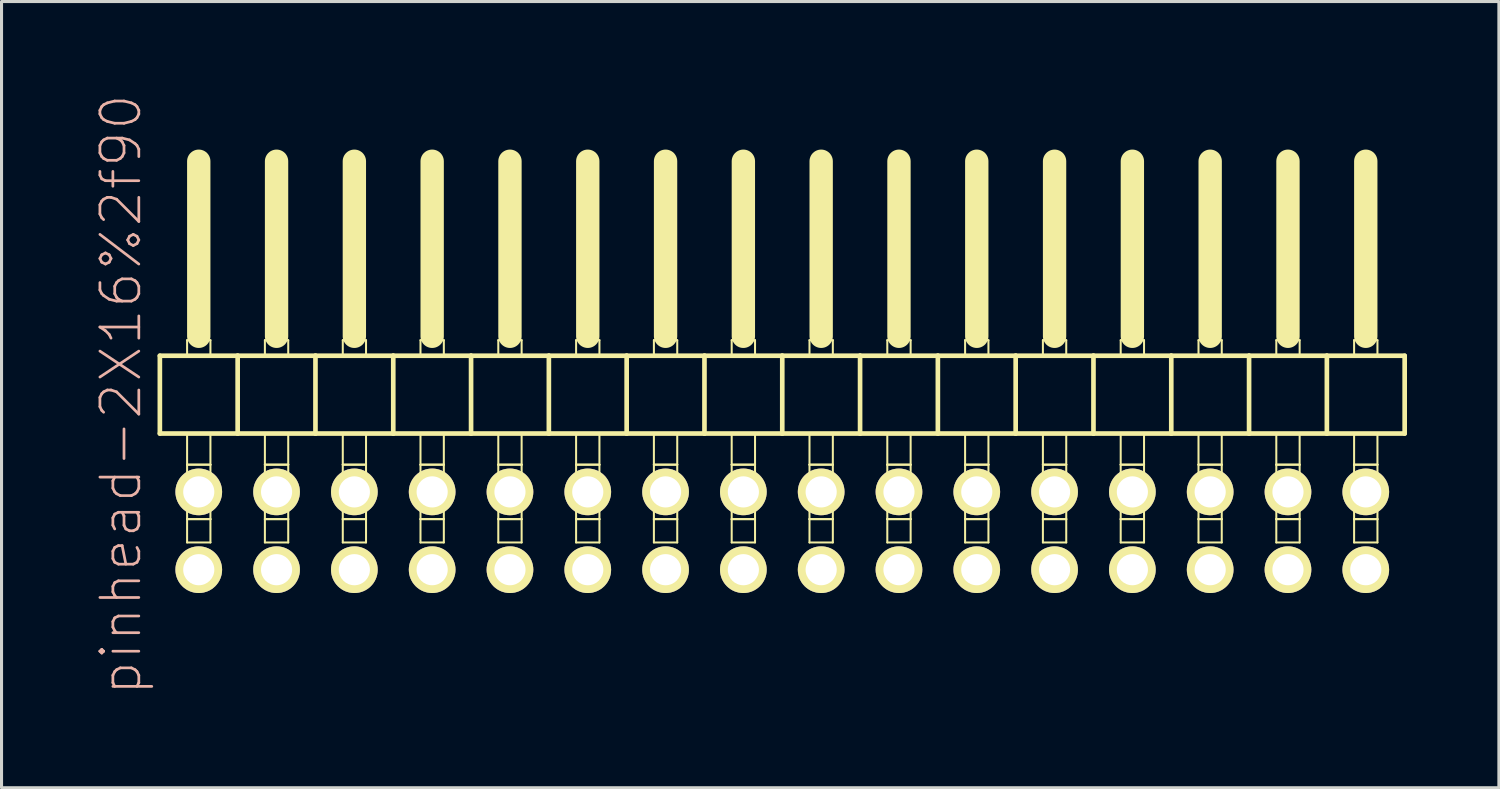
<source format=kicad_pcb>
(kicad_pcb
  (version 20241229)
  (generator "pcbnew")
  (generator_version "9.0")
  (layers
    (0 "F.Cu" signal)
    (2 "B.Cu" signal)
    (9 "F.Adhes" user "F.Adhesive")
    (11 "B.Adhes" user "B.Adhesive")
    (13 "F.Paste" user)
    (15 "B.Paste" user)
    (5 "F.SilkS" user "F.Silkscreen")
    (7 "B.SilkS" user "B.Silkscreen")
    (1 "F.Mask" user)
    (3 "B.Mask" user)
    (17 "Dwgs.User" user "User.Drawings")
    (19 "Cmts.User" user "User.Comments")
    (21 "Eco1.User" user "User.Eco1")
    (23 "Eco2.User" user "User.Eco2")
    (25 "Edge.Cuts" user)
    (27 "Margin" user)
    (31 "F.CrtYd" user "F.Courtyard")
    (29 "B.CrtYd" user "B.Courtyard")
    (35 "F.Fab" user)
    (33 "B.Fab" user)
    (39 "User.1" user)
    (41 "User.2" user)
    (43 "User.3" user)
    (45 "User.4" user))
  (footprint "pinhead-2X16%2f90"
    (layer "F.Cu")
    (at 22.489 9.199)
    (property "Reference" "pinhead-2X16%2f90" (at -21.59 0.635 90) (layer "B.SilkS") (effects (font (size 1.27 1.27) (thickness 0.089))))
    (attr exclude_from_pos_files exclude_from_bom)
    (fp_line (start -20.32 -0.635) (end -20.32 1.905) (stroke (width 0.152) (type solid)) (layer "F.SilkS"))
    (fp_line (start -20.32 1.905) (end -17.78 1.905) (stroke (width 0.152) (type solid)) (layer "F.SilkS"))
    (fp_line (start -19.431 -1.143) (end -18.669 -1.143) (stroke (width 0.066) (type solid)) (layer "F.SilkS"))
    (fp_line (start -19.431 -0.635) (end -19.431 -1.143) (stroke (width 0.066) (type solid)) (layer "F.SilkS"))
    (fp_line (start -19.431 -0.635) (end -18.669 -0.635) (stroke (width 0.066) (type solid)) (layer "F.SilkS"))
    (fp_line (start -19.431 1.905) (end -18.669 1.905) (stroke (width 0.066) (type solid)) (layer "F.SilkS"))
    (fp_line (start -19.431 2.921) (end -19.431 1.905) (stroke (width 0.066) (type solid)) (layer "F.SilkS"))
    (fp_line (start -19.431 2.921) (end -18.669 2.921) (stroke (width 0.066) (type solid)) (layer "F.SilkS"))
    (fp_line (start -19.431 2.921) (end -18.669 2.921) (stroke (width 0.066) (type solid)) (layer "F.SilkS"))
    (fp_line (start -19.431 4.699) (end -19.431 2.921) (stroke (width 0.066) (type solid)) (layer "F.SilkS"))
    (fp_line (start -19.431 4.699) (end -18.669 4.699) (stroke (width 0.066) (type solid)) (layer "F.SilkS"))
    (fp_line (start -19.431 4.699) (end -18.669 4.699) (stroke (width 0.066) (type solid)) (layer "F.SilkS"))
    (fp_line (start -19.431 5.461) (end -19.431 4.699) (stroke (width 0.066) (type solid)) (layer "F.SilkS"))
    (fp_line (start -19.431 5.461) (end -18.669 5.461) (stroke (width 0.066) (type solid)) (layer "F.SilkS"))
    (fp_line (start -19.05 -6.985) (end -19.05 -1.27) (stroke (width 0.762) (type solid)) (layer "F.SilkS"))
    (fp_line (start -18.669 -0.635) (end -18.669 -1.143) (stroke (width 0.066) (type solid)) (layer "F.SilkS"))
    (fp_line (start -18.669 2.921) (end -18.669 1.905) (stroke (width 0.066) (type solid)) (layer "F.SilkS"))
    (fp_line (start -18.669 4.699) (end -18.669 2.921) (stroke (width 0.066) (type solid)) (layer "F.SilkS"))
    (fp_line (start -18.669 5.461) (end -18.669 4.699) (stroke (width 0.066) (type solid)) (layer "F.SilkS"))
    (fp_line (start -17.78 -0.635) (end -20.32 -0.635) (stroke (width 0.152) (type solid)) (layer "F.SilkS"))
    (fp_line (start -17.78 1.905) (end -17.78 -0.635) (stroke (width 0.152) (type solid)) (layer "F.SilkS"))
    (fp_line (start -17.78 1.905) (end -15.24 1.905) (stroke (width 0.152) (type solid)) (layer "F.SilkS"))
    (fp_line (start -16.891 -1.143) (end -16.129 -1.143) (stroke (width 0.066) (type solid)) (layer "F.SilkS"))
    (fp_line (start -16.891 -0.635) (end -16.891 -1.143) (stroke (width 0.066) (type solid)) (layer "F.SilkS"))
    (fp_line (start -16.891 -0.635) (end -16.129 -0.635) (stroke (width 0.066) (type solid)) (layer "F.SilkS"))
    (fp_line (start -16.891 1.905) (end -16.129 1.905) (stroke (width 0.066) (type solid)) (layer "F.SilkS"))
    (fp_line (start -16.891 2.921) (end -16.891 1.905) (stroke (width 0.066) (type solid)) (layer "F.SilkS"))
    (fp_line (start -16.891 2.921) (end -16.129 2.921) (stroke (width 0.066) (type solid)) (layer "F.SilkS"))
    (fp_line (start -16.891 2.921) (end -16.129 2.921) (stroke (width 0.066) (type solid)) (layer "F.SilkS"))
    (fp_line (start -16.891 4.699) (end -16.891 2.921) (stroke (width 0.066) (type solid)) (layer "F.SilkS"))
    (fp_line (start -16.891 4.699) (end -16.129 4.699) (stroke (width 0.066) (type solid)) (layer "F.SilkS"))
    (fp_line (start -16.891 4.699) (end -16.129 4.699) (stroke (width 0.066) (type solid)) (layer "F.SilkS"))
    (fp_line (start -16.891 5.461) (end -16.891 4.699) (stroke (width 0.066) (type solid)) (layer "F.SilkS"))
    (fp_line (start -16.891 5.461) (end -16.129 5.461) (stroke (width 0.066) (type solid)) (layer "F.SilkS"))
    (fp_line (start -16.51 -6.985) (end -16.51 -1.27) (stroke (width 0.762) (type solid)) (layer "F.SilkS"))
    (fp_line (start -16.129 -0.635) (end -16.129 -1.143) (stroke (width 0.066) (type solid)) (layer "F.SilkS"))
    (fp_line (start -16.129 2.921) (end -16.129 1.905) (stroke (width 0.066) (type solid)) (layer "F.SilkS"))
    (fp_line (start -16.129 4.699) (end -16.129 2.921) (stroke (width 0.066) (type solid)) (layer "F.SilkS"))
    (fp_line (start -16.129 5.461) (end -16.129 4.699) (stroke (width 0.066) (type solid)) (layer "F.SilkS"))
    (fp_line (start -15.24 -0.635) (end -17.78 -0.635) (stroke (width 0.152) (type solid)) (layer "F.SilkS"))
    (fp_line (start -15.24 1.905) (end -15.24 -0.635) (stroke (width 0.152) (type solid)) (layer "F.SilkS"))
    (fp_line (start -15.24 1.905) (end -12.7 1.905) (stroke (width 0.152) (type solid)) (layer "F.SilkS"))
    (fp_line (start -14.348 -1.143) (end -13.589 -1.143) (stroke (width 0.066) (type solid)) (layer "F.SilkS"))
    (fp_line (start -14.348 -0.635) (end -14.348 -1.143) (stroke (width 0.066) (type solid)) (layer "F.SilkS"))
    (fp_line (start -14.348 -0.635) (end -13.589 -0.635) (stroke (width 0.066) (type solid)) (layer "F.SilkS"))
    (fp_line (start -14.348 1.905) (end -13.589 1.905) (stroke (width 0.066) (type solid)) (layer "F.SilkS"))
    (fp_line (start -14.348 2.921) (end -14.348 1.905) (stroke (width 0.066) (type solid)) (layer "F.SilkS"))
    (fp_line (start -14.348 2.921) (end -13.589 2.921) (stroke (width 0.066) (type solid)) (layer "F.SilkS"))
    (fp_line (start -14.348 2.921) (end -13.589 2.921) (stroke (width 0.066) (type solid)) (layer "F.SilkS"))
    (fp_line (start -14.348 4.699) (end -14.348 2.921) (stroke (width 0.066) (type solid)) (layer "F.SilkS"))
    (fp_line (start -14.348 4.699) (end -13.589 4.699) (stroke (width 0.066) (type solid)) (layer "F.SilkS"))
    (fp_line (start -14.348 4.699) (end -13.589 4.699) (stroke (width 0.066) (type solid)) (layer "F.SilkS"))
    (fp_line (start -14.348 5.461) (end -14.348 4.699) (stroke (width 0.066) (type solid)) (layer "F.SilkS"))
    (fp_line (start -14.348 5.461) (end -13.589 5.461) (stroke (width 0.066) (type solid)) (layer "F.SilkS"))
    (fp_line (start -13.97 -6.985) (end -13.97 -1.27) (stroke (width 0.762) (type solid)) (layer "F.SilkS"))
    (fp_line (start -13.589 -0.635) (end -13.589 -1.143) (stroke (width 0.066) (type solid)) (layer "F.SilkS"))
    (fp_line (start -13.589 2.921) (end -13.589 1.905) (stroke (width 0.066) (type solid)) (layer "F.SilkS"))
    (fp_line (start -13.589 4.699) (end -13.589 2.921) (stroke (width 0.066) (type solid)) (layer "F.SilkS"))
    (fp_line (start -13.589 5.461) (end -13.589 4.699) (stroke (width 0.066) (type solid)) (layer "F.SilkS"))
    (fp_line (start -12.7 -0.635) (end -15.24 -0.635) (stroke (width 0.152) (type solid)) (layer "F.SilkS"))
    (fp_line (start -12.7 1.905) (end -12.7 -0.635) (stroke (width 0.152) (type solid)) (layer "F.SilkS"))
    (fp_line (start -12.7 1.905) (end -10.16 1.905) (stroke (width 0.152) (type solid)) (layer "F.SilkS"))
    (fp_line (start -11.811 -1.143) (end -11.049 -1.143) (stroke (width 0.066) (type solid)) (layer "F.SilkS"))
    (fp_line (start -11.811 -0.635) (end -11.811 -1.143) (stroke (width 0.066) (type solid)) (layer "F.SilkS"))
    (fp_line (start -11.811 -0.635) (end -11.049 -0.635) (stroke (width 0.066) (type solid)) (layer "F.SilkS"))
    (fp_line (start -11.811 1.905) (end -11.049 1.905) (stroke (width 0.066) (type solid)) (layer "F.SilkS"))
    (fp_line (start -11.811 2.921) (end -11.811 1.905) (stroke (width 0.066) (type solid)) (layer "F.SilkS"))
    (fp_line (start -11.811 2.921) (end -11.049 2.921) (stroke (width 0.066) (type solid)) (layer "F.SilkS"))
    (fp_line (start -11.811 2.921) (end -11.049 2.921) (stroke (width 0.066) (type solid)) (layer "F.SilkS"))
    (fp_line (start -11.811 4.699) (end -11.811 2.921) (stroke (width 0.066) (type solid)) (layer "F.SilkS"))
    (fp_line (start -11.811 4.699) (end -11.049 4.699) (stroke (width 0.066) (type solid)) (layer "F.SilkS"))
    (fp_line (start -11.811 4.699) (end -11.049 4.699) (stroke (width 0.066) (type solid)) (layer "F.SilkS"))
    (fp_line (start -11.811 5.461) (end -11.811 4.699) (stroke (width 0.066) (type solid)) (layer "F.SilkS"))
    (fp_line (start -11.811 5.461) (end -11.049 5.461) (stroke (width 0.066) (type solid)) (layer "F.SilkS"))
    (fp_line (start -11.43 -6.985) (end -11.43 -1.27) (stroke (width 0.762) (type solid)) (layer "F.SilkS"))
    (fp_line (start -11.049 -0.635) (end -11.049 -1.143) (stroke (width 0.066) (type solid)) (layer "F.SilkS"))
    (fp_line (start -11.049 2.921) (end -11.049 1.905) (stroke (width 0.066) (type solid)) (layer "F.SilkS"))
    (fp_line (start -11.049 4.699) (end -11.049 2.921) (stroke (width 0.066) (type solid)) (layer "F.SilkS"))
    (fp_line (start -11.049 5.461) (end -11.049 4.699) (stroke (width 0.066) (type solid)) (layer "F.SilkS"))
    (fp_line (start -10.16 -0.635) (end -12.7 -0.635) (stroke (width 0.152) (type solid)) (layer "F.SilkS"))
    (fp_line (start -10.16 1.905) (end -10.16 -0.635) (stroke (width 0.152) (type solid)) (layer "F.SilkS"))
    (fp_line (start -10.16 1.905) (end -7.62 1.905) (stroke (width 0.152) (type solid)) (layer "F.SilkS"))
    (fp_line (start -9.271 -1.143) (end -8.509 -1.143) (stroke (width 0.066) (type solid)) (layer "F.SilkS"))
    (fp_line (start -9.271 -0.635) (end -9.271 -1.143) (stroke (width 0.066) (type solid)) (layer "F.SilkS"))
    (fp_line (start -9.271 -0.635) (end -8.509 -0.635) (stroke (width 0.066) (type solid)) (layer "F.SilkS"))
    (fp_line (start -9.271 1.905) (end -8.509 1.905) (stroke (width 0.066) (type solid)) (layer "F.SilkS"))
    (fp_line (start -9.271 2.921) (end -9.271 1.905) (stroke (width 0.066) (type solid)) (layer "F.SilkS"))
    (fp_line (start -9.271 2.921) (end -8.509 2.921) (stroke (width 0.066) (type solid)) (layer "F.SilkS"))
    (fp_line (start -9.271 2.921) (end -8.509 2.921) (stroke (width 0.066) (type solid)) (layer "F.SilkS"))
    (fp_line (start -9.271 4.699) (end -9.271 2.921) (stroke (width 0.066) (type solid)) (layer "F.SilkS"))
    (fp_line (start -9.271 4.699) (end -8.509 4.699) (stroke (width 0.066) (type solid)) (layer "F.SilkS"))
    (fp_line (start -9.271 4.699) (end -8.509 4.699) (stroke (width 0.066) (type solid)) (layer "F.SilkS"))
    (fp_line (start -9.271 5.461) (end -9.271 4.699) (stroke (width 0.066) (type solid)) (layer "F.SilkS"))
    (fp_line (start -9.271 5.461) (end -8.509 5.461) (stroke (width 0.066) (type solid)) (layer "F.SilkS"))
    (fp_line (start -8.89 -6.985) (end -8.89 -1.27) (stroke (width 0.762) (type solid)) (layer "F.SilkS"))
    (fp_line (start -8.509 -0.635) (end -8.509 -1.143) (stroke (width 0.066) (type solid)) (layer "F.SilkS"))
    (fp_line (start -8.509 2.921) (end -8.509 1.905) (stroke (width 0.066) (type solid)) (layer "F.SilkS"))
    (fp_line (start -8.509 4.699) (end -8.509 2.921) (stroke (width 0.066) (type solid)) (layer "F.SilkS"))
    (fp_line (start -8.509 5.461) (end -8.509 4.699) (stroke (width 0.066) (type solid)) (layer "F.SilkS"))
    (fp_line (start -7.62 -0.635) (end -10.16 -0.635) (stroke (width 0.152) (type solid)) (layer "F.SilkS"))
    (fp_line (start -7.62 1.905) (end -7.62 -0.635) (stroke (width 0.152) (type solid)) (layer "F.SilkS"))
    (fp_line (start -7.62 1.905) (end -5.08 1.905) (stroke (width 0.152) (type solid)) (layer "F.SilkS"))
    (fp_line (start -6.731 -1.143) (end -5.969 -1.143) (stroke (width 0.066) (type solid)) (layer "F.SilkS"))
    (fp_line (start -6.731 -0.635) (end -6.731 -1.143) (stroke (width 0.066) (type solid)) (layer "F.SilkS"))
    (fp_line (start -6.731 -0.635) (end -5.969 -0.635) (stroke (width 0.066) (type solid)) (layer "F.SilkS"))
    (fp_line (start -6.731 1.905) (end -5.969 1.905) (stroke (width 0.066) (type solid)) (layer "F.SilkS"))
    (fp_line (start -6.731 2.921) (end -6.731 1.905) (stroke (width 0.066) (type solid)) (layer "F.SilkS"))
    (fp_line (start -6.731 2.921) (end -5.969 2.921) (stroke (width 0.066) (type solid)) (layer "F.SilkS"))
    (fp_line (start -6.731 2.921) (end -5.969 2.921) (stroke (width 0.066) (type solid)) (layer "F.SilkS"))
    (fp_line (start -6.731 4.699) (end -6.731 2.921) (stroke (width 0.066) (type solid)) (layer "F.SilkS"))
    (fp_line (start -6.731 4.699) (end -5.969 4.699) (stroke (width 0.066) (type solid)) (layer "F.SilkS"))
    (fp_line (start -6.731 4.699) (end -5.969 4.699) (stroke (width 0.066) (type solid)) (layer "F.SilkS"))
    (fp_line (start -6.731 5.461) (end -6.731 4.699) (stroke (width 0.066) (type solid)) (layer "F.SilkS"))
    (fp_line (start -6.731 5.461) (end -5.969 5.461) (stroke (width 0.066) (type solid)) (layer "F.SilkS"))
    (fp_line (start -6.35 -6.985) (end -6.35 -1.27) (stroke (width 0.762) (type solid)) (layer "F.SilkS"))
    (fp_line (start -5.969 -0.635) (end -5.969 -1.143) (stroke (width 0.066) (type solid)) (layer "F.SilkS"))
    (fp_line (start -5.969 2.921) (end -5.969 1.905) (stroke (width 0.066) (type solid)) (layer "F.SilkS"))
    (fp_line (start -5.969 4.699) (end -5.969 2.921) (stroke (width 0.066) (type solid)) (layer "F.SilkS"))
    (fp_line (start -5.969 5.461) (end -5.969 4.699) (stroke (width 0.066) (type solid)) (layer "F.SilkS"))
    (fp_line (start -5.08 -0.635) (end -7.62 -0.635) (stroke (width 0.152) (type solid)) (layer "F.SilkS"))
    (fp_line (start -5.08 1.905) (end -5.08 -0.635) (stroke (width 0.152) (type solid)) (layer "F.SilkS"))
    (fp_line (start -5.08 1.905) (end -2.54 1.905) (stroke (width 0.152) (type solid)) (layer "F.SilkS"))
    (fp_line (start -4.191 -1.143) (end -3.429 -1.143) (stroke (width 0.066) (type solid)) (layer "F.SilkS"))
    (fp_line (start -4.191 -0.635) (end -4.191 -1.143) (stroke (width 0.066) (type solid)) (layer "F.SilkS"))
    (fp_line (start -4.191 -0.635) (end -3.429 -0.635) (stroke (width 0.066) (type solid)) (layer "F.SilkS"))
    (fp_line (start -4.191 1.905) (end -3.429 1.905) (stroke (width 0.066) (type solid)) (layer "F.SilkS"))
    (fp_line (start -4.191 2.921) (end -4.191 1.905) (stroke (width 0.066) (type solid)) (layer "F.SilkS"))
    (fp_line (start -4.191 2.921) (end -3.429 2.921) (stroke (width 0.066) (type solid)) (layer "F.SilkS"))
    (fp_line (start -4.191 2.921) (end -3.429 2.921) (stroke (width 0.066) (type solid)) (layer "F.SilkS"))
    (fp_line (start -4.191 4.699) (end -4.191 2.921) (stroke (width 0.066) (type solid)) (layer "F.SilkS"))
    (fp_line (start -4.191 4.699) (end -3.429 4.699) (stroke (width 0.066) (type solid)) (layer "F.SilkS"))
    (fp_line (start -4.191 4.699) (end -3.429 4.699) (stroke (width 0.066) (type solid)) (layer "F.SilkS"))
    (fp_line (start -4.191 5.461) (end -4.191 4.699) (stroke (width 0.066) (type solid)) (layer "F.SilkS"))
    (fp_line (start -4.191 5.461) (end -3.429 5.461) (stroke (width 0.066) (type solid)) (layer "F.SilkS"))
    (fp_line (start -3.81 -6.985) (end -3.81 -1.27) (stroke (width 0.762) (type solid)) (layer "F.SilkS"))
    (fp_line (start -3.429 -0.635) (end -3.429 -1.143) (stroke (width 0.066) (type solid)) (layer "F.SilkS"))
    (fp_line (start -3.429 2.921) (end -3.429 1.905) (stroke (width 0.066) (type solid)) (layer "F.SilkS"))
    (fp_line (start -3.429 4.699) (end -3.429 2.921) (stroke (width 0.066) (type solid)) (layer "F.SilkS"))
    (fp_line (start -3.429 5.461) (end -3.429 4.699) (stroke (width 0.066) (type solid)) (layer "F.SilkS"))
    (fp_line (start -2.54 -0.635) (end -5.08 -0.635) (stroke (width 0.152) (type solid)) (layer "F.SilkS"))
    (fp_line (start -2.54 1.905) (end -2.54 -0.635) (stroke (width 0.152) (type solid)) (layer "F.SilkS"))
    (fp_line (start -2.54 1.905) (end 0 1.905) (stroke (width 0.152) (type solid)) (layer "F.SilkS"))
    (fp_line (start -1.651 -1.143) (end -0.889 -1.143) (stroke (width 0.066) (type solid)) (layer "F.SilkS"))
    (fp_line (start -1.651 -0.635) (end -1.651 -1.143) (stroke (width 0.066) (type solid)) (layer "F.SilkS"))
    (fp_line (start -1.651 -0.635) (end -0.889 -0.635) (stroke (width 0.066) (type solid)) (layer "F.SilkS"))
    (fp_line (start -1.651 1.905) (end -0.889 1.905) (stroke (width 0.066) (type solid)) (layer "F.SilkS"))
    (fp_line (start -1.651 2.921) (end -1.651 1.905) (stroke (width 0.066) (type solid)) (layer "F.SilkS"))
    (fp_line (start -1.651 2.921) (end -0.889 2.921) (stroke (width 0.066) (type solid)) (layer "F.SilkS"))
    (fp_line (start -1.651 2.921) (end -0.889 2.921) (stroke (width 0.066) (type solid)) (layer "F.SilkS"))
    (fp_line (start -1.651 4.699) (end -1.651 2.921) (stroke (width 0.066) (type solid)) (layer "F.SilkS"))
    (fp_line (start -1.651 4.699) (end -0.889 4.699) (stroke (width 0.066) (type solid)) (layer "F.SilkS"))
    (fp_line (start -1.651 4.699) (end -0.889 4.699) (stroke (width 0.066) (type solid)) (layer "F.SilkS"))
    (fp_line (start -1.651 5.461) (end -1.651 4.699) (stroke (width 0.066) (type solid)) (layer "F.SilkS"))
    (fp_line (start -1.651 5.461) (end -0.889 5.461) (stroke (width 0.066) (type solid)) (layer "F.SilkS"))
    (fp_line (start -1.27 -6.985) (end -1.27 -1.27) (stroke (width 0.762) (type solid)) (layer "F.SilkS"))
    (fp_line (start -0.889 -0.635) (end -0.889 -1.143) (stroke (width 0.066) (type solid)) (layer "F.SilkS"))
    (fp_line (start -0.889 2.921) (end -0.889 1.905) (stroke (width 0.066) (type solid)) (layer "F.SilkS"))
    (fp_line (start -0.889 4.699) (end -0.889 2.921) (stroke (width 0.066) (type solid)) (layer "F.SilkS"))
    (fp_line (start -0.889 5.461) (end -0.889 4.699) (stroke (width 0.066) (type solid)) (layer "F.SilkS"))
    (fp_line (start 0 -0.635) (end -2.54 -0.635) (stroke (width 0.152) (type solid)) (layer "F.SilkS"))
    (fp_line (start 0 1.905) (end 0 -0.635) (stroke (width 0.152) (type solid)) (layer "F.SilkS"))
    (fp_line (start 0 1.905) (end 2.54 1.905) (stroke (width 0.152) (type solid)) (layer "F.SilkS"))
    (fp_line (start 0.889 -1.143) (end 1.651 -1.143) (stroke (width 0.066) (type solid)) (layer "F.SilkS"))
    (fp_line (start 0.889 -0.635) (end 0.889 -1.143) (stroke (width 0.066) (type solid)) (layer "F.SilkS"))
    (fp_line (start 0.889 -0.635) (end 1.651 -0.635) (stroke (width 0.066) (type solid)) (layer "F.SilkS"))
    (fp_line (start 0.889 1.905) (end 1.651 1.905) (stroke (width 0.066) (type solid)) (layer "F.SilkS"))
    (fp_line (start 0.889 2.921) (end 0.889 1.905) (stroke (width 0.066) (type solid)) (layer "F.SilkS"))
    (fp_line (start 0.889 2.921) (end 1.651 2.921) (stroke (width 0.066) (type solid)) (layer "F.SilkS"))
    (fp_line (start 0.889 2.921) (end 1.651 2.921) (stroke (width 0.066) (type solid)) (layer "F.SilkS"))
    (fp_line (start 0.889 4.699) (end 0.889 2.921) (stroke (width 0.066) (type solid)) (layer "F.SilkS"))
    (fp_line (start 0.889 4.699) (end 1.651 4.699) (stroke (width 0.066) (type solid)) (layer "F.SilkS"))
    (fp_line (start 0.889 4.699) (end 1.651 4.699) (stroke (width 0.066) (type solid)) (layer "F.SilkS"))
    (fp_line (start 0.889 5.461) (end 0.889 4.699) (stroke (width 0.066) (type solid)) (layer "F.SilkS"))
    (fp_line (start 0.889 5.461) (end 1.651 5.461) (stroke (width 0.066) (type solid)) (layer "F.SilkS"))
    (fp_line (start 1.27 -6.985) (end 1.27 -1.27) (stroke (width 0.762) (type solid)) (layer "F.SilkS"))
    (fp_line (start 1.651 -0.635) (end 1.651 -1.143) (stroke (width 0.066) (type solid)) (layer "F.SilkS"))
    (fp_line (start 1.651 2.921) (end 1.651 1.905) (stroke (width 0.066) (type solid)) (layer "F.SilkS"))
    (fp_line (start 1.651 4.699) (end 1.651 2.921) (stroke (width 0.066) (type solid)) (layer "F.SilkS"))
    (fp_line (start 1.651 5.461) (end 1.651 4.699) (stroke (width 0.066) (type solid)) (layer "F.SilkS"))
    (fp_line (start 2.54 -0.635) (end 0 -0.635) (stroke (width 0.152) (type solid)) (layer "F.SilkS"))
    (fp_line (start 2.54 1.905) (end 2.54 -0.635) (stroke (width 0.152) (type solid)) (layer "F.SilkS"))
    (fp_line (start 2.54 1.905) (end 5.08 1.905) (stroke (width 0.152) (type solid)) (layer "F.SilkS"))
    (fp_line (start 3.429 -1.143) (end 4.191 -1.143) (stroke (width 0.066) (type solid)) (layer "F.SilkS"))
    (fp_line (start 3.429 -0.635) (end 3.429 -1.143) (stroke (width 0.066) (type solid)) (layer "F.SilkS"))
    (fp_line (start 3.429 -0.635) (end 4.191 -0.635) (stroke (width 0.066) (type solid)) (layer "F.SilkS"))
    (fp_line (start 3.429 1.905) (end 4.191 1.905) (stroke (width 0.066) (type solid)) (layer "F.SilkS"))
    (fp_line (start 3.429 2.921) (end 3.429 1.905) (stroke (width 0.066) (type solid)) (layer "F.SilkS"))
    (fp_line (start 3.429 2.921) (end 4.191 2.921) (stroke (width 0.066) (type solid)) (layer "F.SilkS"))
    (fp_line (start 3.429 2.921) (end 4.191 2.921) (stroke (width 0.066) (type solid)) (layer "F.SilkS"))
    (fp_line (start 3.429 4.699) (end 3.429 2.921) (stroke (width 0.066) (type solid)) (layer "F.SilkS"))
    (fp_line (start 3.429 4.699) (end 4.191 4.699) (stroke (width 0.066) (type solid)) (layer "F.SilkS"))
    (fp_line (start 3.429 4.699) (end 4.191 4.699) (stroke (width 0.066) (type solid)) (layer "F.SilkS"))
    (fp_line (start 3.429 5.461) (end 3.429 4.699) (stroke (width 0.066) (type solid)) (layer "F.SilkS"))
    (fp_line (start 3.429 5.461) (end 4.191 5.461) (stroke (width 0.066) (type solid)) (layer "F.SilkS"))
    (fp_line (start 3.81 -6.985) (end 3.81 -1.27) (stroke (width 0.762) (type solid)) (layer "F.SilkS"))
    (fp_line (start 4.191 -0.635) (end 4.191 -1.143) (stroke (width 0.066) (type solid)) (layer "F.SilkS"))
    (fp_line (start 4.191 2.921) (end 4.191 1.905) (stroke (width 0.066) (type solid)) (layer "F.SilkS"))
    (fp_line (start 4.191 4.699) (end 4.191 2.921) (stroke (width 0.066) (type solid)) (layer "F.SilkS"))
    (fp_line (start 4.191 5.461) (end 4.191 4.699) (stroke (width 0.066) (type solid)) (layer "F.SilkS"))
    (fp_line (start 5.08 -0.635) (end 2.54 -0.635) (stroke (width 0.152) (type solid)) (layer "F.SilkS"))
    (fp_line (start 5.08 1.905) (end 5.08 -0.635) (stroke (width 0.152) (type solid)) (layer "F.SilkS"))
    (fp_line (start 5.08 1.905) (end 7.62 1.905) (stroke (width 0.152) (type solid)) (layer "F.SilkS"))
    (fp_line (start 5.969 -1.143) (end 6.731 -1.143) (stroke (width 0.066) (type solid)) (layer "F.SilkS"))
    (fp_line (start 5.969 -0.635) (end 5.969 -1.143) (stroke (width 0.066) (type solid)) (layer "F.SilkS"))
    (fp_line (start 5.969 -0.635) (end 6.731 -0.635) (stroke (width 0.066) (type solid)) (layer "F.SilkS"))
    (fp_line (start 5.969 1.905) (end 6.731 1.905) (stroke (width 0.066) (type solid)) (layer "F.SilkS"))
    (fp_line (start 5.969 2.921) (end 5.969 1.905) (stroke (width 0.066) (type solid)) (layer "F.SilkS"))
    (fp_line (start 5.969 2.921) (end 6.731 2.921) (stroke (width 0.066) (type solid)) (layer "F.SilkS"))
    (fp_line (start 5.969 2.921) (end 6.731 2.921) (stroke (width 0.066) (type solid)) (layer "F.SilkS"))
    (fp_line (start 5.969 4.699) (end 5.969 2.921) (stroke (width 0.066) (type solid)) (layer "F.SilkS"))
    (fp_line (start 5.969 4.699) (end 6.731 4.699) (stroke (width 0.066) (type solid)) (layer "F.SilkS"))
    (fp_line (start 5.969 4.699) (end 6.731 4.699) (stroke (width 0.066) (type solid)) (layer "F.SilkS"))
    (fp_line (start 5.969 5.461) (end 5.969 4.699) (stroke (width 0.066) (type solid)) (layer "F.SilkS"))
    (fp_line (start 5.969 5.461) (end 6.731 5.461) (stroke (width 0.066) (type solid)) (layer "F.SilkS"))
    (fp_line (start 6.35 -6.985) (end 6.35 -1.27) (stroke (width 0.762) (type solid)) (layer "F.SilkS"))
    (fp_line (start 6.731 -0.635) (end 6.731 -1.143) (stroke (width 0.066) (type solid)) (layer "F.SilkS"))
    (fp_line (start 6.731 2.921) (end 6.731 1.905) (stroke (width 0.066) (type solid)) (layer "F.SilkS"))
    (fp_line (start 6.731 4.699) (end 6.731 2.921) (stroke (width 0.066) (type solid)) (layer "F.SilkS"))
    (fp_line (start 6.731 5.461) (end 6.731 4.699) (stroke (width 0.066) (type solid)) (layer "F.SilkS"))
    (fp_line (start 7.62 -0.635) (end 5.08 -0.635) (stroke (width 0.152) (type solid)) (layer "F.SilkS"))
    (fp_line (start 7.62 1.905) (end 7.62 -0.635) (stroke (width 0.152) (type solid)) (layer "F.SilkS"))
    (fp_line (start 7.62 1.905) (end 10.16 1.905) (stroke (width 0.152) (type solid)) (layer "F.SilkS"))
    (fp_line (start 8.509 -1.143) (end 9.271 -1.143) (stroke (width 0.066) (type solid)) (layer "F.SilkS"))
    (fp_line (start 8.509 -0.635) (end 8.509 -1.143) (stroke (width 0.066) (type solid)) (layer "F.SilkS"))
    (fp_line (start 8.509 -0.635) (end 9.271 -0.635) (stroke (width 0.066) (type solid)) (layer "F.SilkS"))
    (fp_line (start 8.509 1.905) (end 9.271 1.905) (stroke (width 0.066) (type solid)) (layer "F.SilkS"))
    (fp_line (start 8.509 2.921) (end 8.509 1.905) (stroke (width 0.066) (type solid)) (layer "F.SilkS"))
    (fp_line (start 8.509 2.921) (end 9.271 2.921) (stroke (width 0.066) (type solid)) (layer "F.SilkS"))
    (fp_line (start 8.509 2.921) (end 9.271 2.921) (stroke (width 0.066) (type solid)) (layer "F.SilkS"))
    (fp_line (start 8.509 4.699) (end 8.509 2.921) (stroke (width 0.066) (type solid)) (layer "F.SilkS"))
    (fp_line (start 8.509 4.699) (end 9.271 4.699) (stroke (width 0.066) (type solid)) (layer "F.SilkS"))
    (fp_line (start 8.509 4.699) (end 9.271 4.699) (stroke (width 0.066) (type solid)) (layer "F.SilkS"))
    (fp_line (start 8.509 5.461) (end 8.509 4.699) (stroke (width 0.066) (type solid)) (layer "F.SilkS"))
    (fp_line (start 8.509 5.461) (end 9.271 5.461) (stroke (width 0.066) (type solid)) (layer "F.SilkS"))
    (fp_line (start 8.89 -6.985) (end 8.89 -1.27) (stroke (width 0.762) (type solid)) (layer "F.SilkS"))
    (fp_line (start 9.271 -0.635) (end 9.271 -1.143) (stroke (width 0.066) (type solid)) (layer "F.SilkS"))
    (fp_line (start 9.271 2.921) (end 9.271 1.905) (stroke (width 0.066) (type solid)) (layer "F.SilkS"))
    (fp_line (start 9.271 4.699) (end 9.271 2.921) (stroke (width 0.066) (type solid)) (layer "F.SilkS"))
    (fp_line (start 9.271 5.461) (end 9.271 4.699) (stroke (width 0.066) (type solid)) (layer "F.SilkS"))
    (fp_line (start 10.16 -0.635) (end 7.62 -0.635) (stroke (width 0.152) (type solid)) (layer "F.SilkS"))
    (fp_line (start 10.16 1.905) (end 10.16 -0.635) (stroke (width 0.152) (type solid)) (layer "F.SilkS"))
    (fp_line (start 10.16 1.905) (end 12.7 1.905) (stroke (width 0.152) (type solid)) (layer "F.SilkS"))
    (fp_line (start 11.049 -1.143) (end 11.811 -1.143) (stroke (width 0.066) (type solid)) (layer "F.SilkS"))
    (fp_line (start 11.049 -0.635) (end 11.049 -1.143) (stroke (width 0.066) (type solid)) (layer "F.SilkS"))
    (fp_line (start 11.049 -0.635) (end 11.811 -0.635) (stroke (width 0.066) (type solid)) (layer "F.SilkS"))
    (fp_line (start 11.049 1.905) (end 11.811 1.905) (stroke (width 0.066) (type solid)) (layer "F.SilkS"))
    (fp_line (start 11.049 2.921) (end 11.049 1.905) (stroke (width 0.066) (type solid)) (layer "F.SilkS"))
    (fp_line (start 11.049 2.921) (end 11.811 2.921) (stroke (width 0.066) (type solid)) (layer "F.SilkS"))
    (fp_line (start 11.049 2.921) (end 11.811 2.921) (stroke (width 0.066) (type solid)) (layer "F.SilkS"))
    (fp_line (start 11.049 4.699) (end 11.049 2.921) (stroke (width 0.066) (type solid)) (layer "F.SilkS"))
    (fp_line (start 11.049 4.699) (end 11.811 4.699) (stroke (width 0.066) (type solid)) (layer "F.SilkS"))
    (fp_line (start 11.049 4.699) (end 11.811 4.699) (stroke (width 0.066) (type solid)) (layer "F.SilkS"))
    (fp_line (start 11.049 5.461) (end 11.049 4.699) (stroke (width 0.066) (type solid)) (layer "F.SilkS"))
    (fp_line (start 11.049 5.461) (end 11.811 5.461) (stroke (width 0.066) (type solid)) (layer "F.SilkS"))
    (fp_line (start 11.43 -6.985) (end 11.43 -1.27) (stroke (width 0.762) (type solid)) (layer "F.SilkS"))
    (fp_line (start 11.811 -0.635) (end 11.811 -1.143) (stroke (width 0.066) (type solid)) (layer "F.SilkS"))
    (fp_line (start 11.811 2.921) (end 11.811 1.905) (stroke (width 0.066) (type solid)) (layer "F.SilkS"))
    (fp_line (start 11.811 4.699) (end 11.811 2.921) (stroke (width 0.066) (type solid)) (layer "F.SilkS"))
    (fp_line (start 11.811 5.461) (end 11.811 4.699) (stroke (width 0.066) (type solid)) (layer "F.SilkS"))
    (fp_line (start 12.7 -0.635) (end 10.16 -0.635) (stroke (width 0.152) (type solid)) (layer "F.SilkS"))
    (fp_line (start 12.7 1.905) (end 12.7 -0.635) (stroke (width 0.152) (type solid)) (layer "F.SilkS"))
    (fp_line (start 12.7 1.905) (end 15.24 1.905) (stroke (width 0.152) (type solid)) (layer "F.SilkS"))
    (fp_line (start 13.589 -1.143) (end 14.348 -1.143) (stroke (width 0.066) (type solid)) (layer "F.SilkS"))
    (fp_line (start 13.589 -0.635) (end 13.589 -1.143) (stroke (width 0.066) (type solid)) (layer "F.SilkS"))
    (fp_line (start 13.589 -0.635) (end 14.348 -0.635) (stroke (width 0.066) (type solid)) (layer "F.SilkS"))
    (fp_line (start 13.589 1.905) (end 14.348 1.905) (stroke (width 0.066) (type solid)) (layer "F.SilkS"))
    (fp_line (start 13.589 2.921) (end 13.589 1.905) (stroke (width 0.066) (type solid)) (layer "F.SilkS"))
    (fp_line (start 13.589 2.921) (end 14.348 2.921) (stroke (width 0.066) (type solid)) (layer "F.SilkS"))
    (fp_line (start 13.589 2.921) (end 14.348 2.921) (stroke (width 0.066) (type solid)) (layer "F.SilkS"))
    (fp_line (start 13.589 4.699) (end 13.589 2.921) (stroke (width 0.066) (type solid)) (layer "F.SilkS"))
    (fp_line (start 13.589 4.699) (end 14.348 4.699) (stroke (width 0.066) (type solid)) (layer "F.SilkS"))
    (fp_line (start 13.589 4.699) (end 14.348 4.699) (stroke (width 0.066) (type solid)) (layer "F.SilkS"))
    (fp_line (start 13.589 5.461) (end 13.589 4.699) (stroke (width 0.066) (type solid)) (layer "F.SilkS"))
    (fp_line (start 13.589 5.461) (end 14.348 5.461) (stroke (width 0.066) (type solid)) (layer "F.SilkS"))
    (fp_line (start 13.97 -6.985) (end 13.97 -1.27) (stroke (width 0.762) (type solid)) (layer "F.SilkS"))
    (fp_line (start 14.348 -0.635) (end 14.348 -1.143) (stroke (width 0.066) (type solid)) (layer "F.SilkS"))
    (fp_line (start 14.348 2.921) (end 14.348 1.905) (stroke (width 0.066) (type solid)) (layer "F.SilkS"))
    (fp_line (start 14.348 4.699) (end 14.348 2.921) (stroke (width 0.066) (type solid)) (layer "F.SilkS"))
    (fp_line (start 14.348 5.461) (end 14.348 4.699) (stroke (width 0.066) (type solid)) (layer "F.SilkS"))
    (fp_line (start 15.24 -0.635) (end 12.7 -0.635) (stroke (width 0.152) (type solid)) (layer "F.SilkS"))
    (fp_line (start 15.24 1.905) (end 15.24 -0.635) (stroke (width 0.152) (type solid)) (layer "F.SilkS"))
    (fp_line (start 15.24 1.905) (end 17.78 1.905) (stroke (width 0.152) (type solid)) (layer "F.SilkS"))
    (fp_line (start 16.129 -1.143) (end 16.891 -1.143) (stroke (width 0.066) (type solid)) (layer "F.SilkS"))
    (fp_line (start 16.129 -0.635) (end 16.129 -1.143) (stroke (width 0.066) (type solid)) (layer "F.SilkS"))
    (fp_line (start 16.129 -0.635) (end 16.891 -0.635) (stroke (width 0.066) (type solid)) (layer "F.SilkS"))
    (fp_line (start 16.129 1.905) (end 16.891 1.905) (stroke (width 0.066) (type solid)) (layer "F.SilkS"))
    (fp_line (start 16.129 2.921) (end 16.129 1.905) (stroke (width 0.066) (type solid)) (layer "F.SilkS"))
    (fp_line (start 16.129 2.921) (end 16.891 2.921) (stroke (width 0.066) (type solid)) (layer "F.SilkS"))
    (fp_line (start 16.129 2.921) (end 16.891 2.921) (stroke (width 0.066) (type solid)) (layer "F.SilkS"))
    (fp_line (start 16.129 4.699) (end 16.129 2.921) (stroke (width 0.066) (type solid)) (layer "F.SilkS"))
    (fp_line (start 16.129 4.699) (end 16.891 4.699) (stroke (width 0.066) (type solid)) (layer "F.SilkS"))
    (fp_line (start 16.129 4.699) (end 16.891 4.699) (stroke (width 0.066) (type solid)) (layer "F.SilkS"))
    (fp_line (start 16.129 5.461) (end 16.129 4.699) (stroke (width 0.066) (type solid)) (layer "F.SilkS"))
    (fp_line (start 16.129 5.461) (end 16.891 5.461) (stroke (width 0.066) (type solid)) (layer "F.SilkS"))
    (fp_line (start 16.51 -6.985) (end 16.51 -1.27) (stroke (width 0.762) (type solid)) (layer "F.SilkS"))
    (fp_line (start 16.891 -0.635) (end 16.891 -1.143) (stroke (width 0.066) (type solid)) (layer "F.SilkS"))
    (fp_line (start 16.891 2.921) (end 16.891 1.905) (stroke (width 0.066) (type solid)) (layer "F.SilkS"))
    (fp_line (start 16.891 4.699) (end 16.891 2.921) (stroke (width 0.066) (type solid)) (layer "F.SilkS"))
    (fp_line (start 16.891 5.461) (end 16.891 4.699) (stroke (width 0.066) (type solid)) (layer "F.SilkS"))
    (fp_line (start 17.78 -0.635) (end 15.24 -0.635) (stroke (width 0.152) (type solid)) (layer "F.SilkS"))
    (fp_line (start 17.78 1.905) (end 17.78 -0.635) (stroke (width 0.152) (type solid)) (layer "F.SilkS"))
    (fp_line (start 17.78 1.905) (end 20.32 1.905) (stroke (width 0.152) (type solid)) (layer "F.SilkS"))
    (fp_line (start 18.669 -1.143) (end 19.431 -1.143) (stroke (width 0.066) (type solid)) (layer "F.SilkS"))
    (fp_line (start 18.669 -0.635) (end 18.669 -1.143) (stroke (width 0.066) (type solid)) (layer "F.SilkS"))
    (fp_line (start 18.669 -0.635) (end 19.431 -0.635) (stroke (width 0.066) (type solid)) (layer "F.SilkS"))
    (fp_line (start 18.669 1.905) (end 19.431 1.905) (stroke (width 0.066) (type solid)) (layer "F.SilkS"))
    (fp_line (start 18.669 2.921) (end 18.669 1.905) (stroke (width 0.066) (type solid)) (layer "F.SilkS"))
    (fp_line (start 18.669 2.921) (end 19.431 2.921) (stroke (width 0.066) (type solid)) (layer "F.SilkS"))
    (fp_line (start 18.669 2.921) (end 19.431 2.921) (stroke (width 0.066) (type solid)) (layer "F.SilkS"))
    (fp_line (start 18.669 4.699) (end 18.669 2.921) (stroke (width 0.066) (type solid)) (layer "F.SilkS"))
    (fp_line (start 18.669 4.699) (end 19.431 4.699) (stroke (width 0.066) (type solid)) (layer "F.SilkS"))
    (fp_line (start 18.669 4.699) (end 19.431 4.699) (stroke (width 0.066) (type solid)) (layer "F.SilkS"))
    (fp_line (start 18.669 5.461) (end 18.669 4.699) (stroke (width 0.066) (type solid)) (layer "F.SilkS"))
    (fp_line (start 18.669 5.461) (end 19.431 5.461) (stroke (width 0.066) (type solid)) (layer "F.SilkS"))
    (fp_line (start 19.05 -6.985) (end 19.05 -1.27) (stroke (width 0.762) (type solid)) (layer "F.SilkS"))
    (fp_line (start 19.431 -0.635) (end 19.431 -1.143) (stroke (width 0.066) (type solid)) (layer "F.SilkS"))
    (fp_line (start 19.431 2.921) (end 19.431 1.905) (stroke (width 0.066) (type solid)) (layer "F.SilkS"))
    (fp_line (start 19.431 4.699) (end 19.431 2.921) (stroke (width 0.066) (type solid)) (layer "F.SilkS"))
    (fp_line (start 19.431 5.461) (end 19.431 4.699) (stroke (width 0.066) (type solid)) (layer "F.SilkS"))
    (fp_line (start 20.32 -0.635) (end 17.78 -0.635) (stroke (width 0.152) (type solid)) (layer "F.SilkS"))
    (fp_line (start 20.32 1.905) (end 20.32 -0.635) (stroke (width 0.152) (type solid)) (layer "F.SilkS"))
    (pad "1" thru_hole circle (at -19.05 6.35) (size 1.524 1.524) (drill 1.016) (layers "*.Cu" "F.Mask" "F.SilkS" "F.Paste"))
    (pad "2" thru_hole circle (at -19.05 3.81) (size 1.524 1.524) (drill 1.016) (layers "*.Cu" "F.Mask" "F.SilkS" "F.Paste"))
    (pad "3" thru_hole circle (at -16.51 6.35) (size 1.524 1.524) (drill 1.016) (layers "*.Cu" "F.Mask" "F.SilkS" "F.Paste"))
    (pad "4" thru_hole circle (at -16.51 3.81) (size 1.524 1.524) (drill 1.016) (layers "*.Cu" "F.Mask" "F.SilkS" "F.Paste"))
    (pad "5" thru_hole circle (at -13.97 6.35) (size 1.524 1.524) (drill 1.016) (layers "*.Cu" "F.Mask" "F.SilkS" "F.Paste"))
    (pad "6" thru_hole circle (at -13.97 3.81) (size 1.524 1.524) (drill 1.016) (layers "*.Cu" "F.Mask" "F.SilkS" "F.Paste"))
    (pad "7" thru_hole circle (at -11.43 6.35) (size 1.524 1.524) (drill 1.016) (layers "*.Cu" "F.Mask" "F.SilkS" "F.Paste"))
    (pad "8" thru_hole circle (at -11.43 3.81) (size 1.524 1.524) (drill 1.016) (layers "*.Cu" "F.Mask" "F.SilkS" "F.Paste"))
    (pad "9" thru_hole circle (at -8.89 6.35) (size 1.524 1.524) (drill 1.016) (layers "*.Cu" "F.Mask" "F.SilkS" "F.Paste"))
    (pad "10" thru_hole circle (at -8.89 3.81) (size 1.524 1.524) (drill 1.016) (layers "*.Cu" "F.Mask" "F.SilkS" "F.Paste"))
    (pad "11" thru_hole circle (at -6.35 6.35) (size 1.524 1.524) (drill 1.016) (layers "*.Cu" "F.Mask" "F.SilkS" "F.Paste"))
    (pad "12" thru_hole circle (at -6.35 3.81) (size 1.524 1.524) (drill 1.016) (layers "*.Cu" "F.Mask" "F.SilkS" "F.Paste"))
    (pad "13" thru_hole circle (at -3.81 6.35) (size 1.524 1.524) (drill 1.016) (layers "*.Cu" "F.Mask" "F.SilkS" "F.Paste"))
    (pad "14" thru_hole circle (at -3.81 3.81) (size 1.524 1.524) (drill 1.016) (layers "*.Cu" "F.Mask" "F.SilkS" "F.Paste"))
    (pad "15" thru_hole circle (at -1.27 6.35) (size 1.524 1.524) (drill 1.016) (layers "*.Cu" "F.Mask" "F.SilkS" "F.Paste"))
    (pad "16" thru_hole circle (at -1.27 3.81) (size 1.524 1.524) (drill 1.016) (layers "*.Cu" "F.Mask" "F.SilkS" "F.Paste"))
    (pad "17" thru_hole circle (at 1.27 6.35) (size 1.524 1.524) (drill 1.016) (layers "*.Cu" "F.Mask" "F.SilkS" "F.Paste"))
    (pad "18" thru_hole circle (at 1.27 3.81) (size 1.524 1.524) (drill 1.016) (layers "*.Cu" "F.Mask" "F.SilkS" "F.Paste"))
    (pad "19" thru_hole circle (at 3.81 6.35) (size 1.524 1.524) (drill 1.016) (layers "*.Cu" "F.Mask" "F.SilkS" "F.Paste"))
    (pad "20" thru_hole circle (at 3.81 3.81) (size 1.524 1.524) (drill 1.016) (layers "*.Cu" "F.Mask" "F.SilkS" "F.Paste"))
    (pad "21" thru_hole circle (at 6.35 6.35) (size 1.524 1.524) (drill 1.016) (layers "*.Cu" "F.Mask" "F.SilkS" "F.Paste"))
    (pad "22" thru_hole circle (at 6.35 3.81) (size 1.524 1.524) (drill 1.016) (layers "*.Cu" "F.Mask" "F.SilkS" "F.Paste"))
    (pad "23" thru_hole circle (at 8.89 6.35) (size 1.524 1.524) (drill 1.016) (layers "*.Cu" "F.Mask" "F.SilkS" "F.Paste"))
    (pad "24" thru_hole circle (at 8.89 3.81) (size 1.524 1.524) (drill 1.016) (layers "*.Cu" "F.Mask" "F.SilkS" "F.Paste"))
    (pad "25" thru_hole circle (at 11.43 6.35) (size 1.524 1.524) (drill 1.016) (layers "*.Cu" "F.Mask" "F.SilkS" "F.Paste"))
    (pad "26" thru_hole circle (at 11.43 3.81) (size 1.524 1.524) (drill 1.016) (layers "*.Cu" "F.Mask" "F.SilkS" "F.Paste"))
    (pad "27" thru_hole circle (at 13.97 6.35) (size 1.524 1.524) (drill 1.016) (layers "*.Cu" "F.Mask" "F.SilkS" "F.Paste"))
    (pad "28" thru_hole circle (at 13.97 3.81) (size 1.524 1.524) (drill 1.016) (layers "*.Cu" "F.Mask" "F.SilkS" "F.Paste"))
    (pad "29" thru_hole circle (at 16.51 6.35) (size 1.524 1.524) (drill 1.016) (layers "*.Cu" "F.Mask" "F.SilkS" "F.Paste"))
    (pad "30" thru_hole circle (at 16.51 3.81) (size 1.524 1.524) (drill 1.016) (layers "*.Cu" "F.Mask" "F.SilkS" "F.Paste"))
    (pad "31" thru_hole circle (at 19.05 6.35) (size 1.524 1.524) (drill 1.016) (layers "*.Cu" "F.Mask" "F.SilkS" "F.Paste"))
    (pad "32" thru_hole circle (at 19.05 3.81) (size 1.524 1.524) (drill 1.016) (layers "*.Cu" "F.Mask" "F.SilkS" "F.Paste")))
  (gr_rect
    (start -3 -3)
    (end 45.885 22.667)
    (stroke (width 0.1) (type default))
    (fill no)
    (layer "Edge.Cuts")))
</source>
